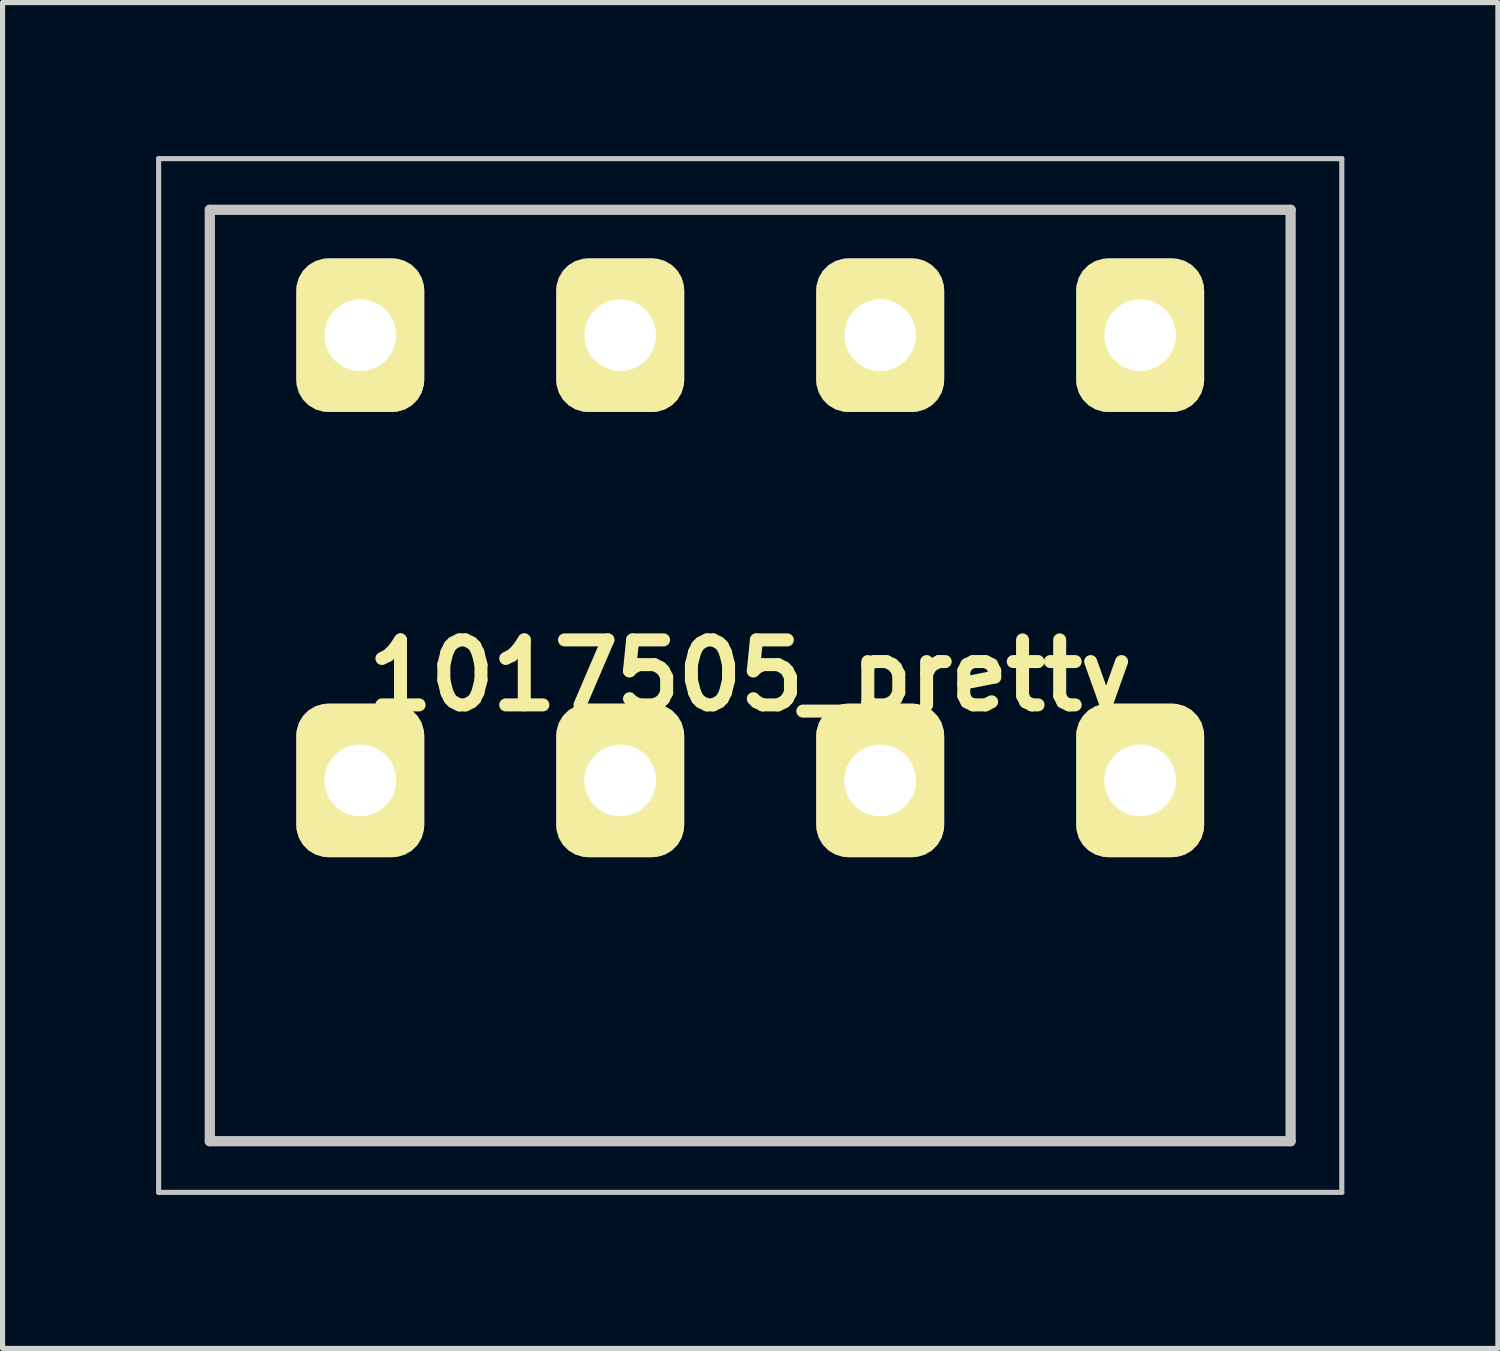
<source format=kicad_pcb>
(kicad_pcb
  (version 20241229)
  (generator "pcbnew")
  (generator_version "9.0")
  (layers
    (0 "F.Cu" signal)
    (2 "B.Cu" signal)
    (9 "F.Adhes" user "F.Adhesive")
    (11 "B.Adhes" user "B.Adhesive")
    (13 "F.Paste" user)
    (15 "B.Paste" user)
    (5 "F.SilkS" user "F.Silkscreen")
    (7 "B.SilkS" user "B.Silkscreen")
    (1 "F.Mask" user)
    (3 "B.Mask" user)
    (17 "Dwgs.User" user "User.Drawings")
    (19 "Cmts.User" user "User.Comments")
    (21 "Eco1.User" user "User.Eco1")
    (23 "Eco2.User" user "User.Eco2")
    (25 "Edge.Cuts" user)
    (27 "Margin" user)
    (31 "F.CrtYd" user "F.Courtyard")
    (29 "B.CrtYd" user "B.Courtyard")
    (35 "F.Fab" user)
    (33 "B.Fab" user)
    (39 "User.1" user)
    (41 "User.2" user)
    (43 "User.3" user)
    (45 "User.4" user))
  (footprint "1017505_pretty"
    (layer "F.Cu")
    (at 3.99 3.5)
    (property "Reference" "1017505_pretty" (at 7.62 6.65 0) (layer "F.SilkS") (effects (font (size 1.27 1.27) (thickness 0.254))))
    (attr through_hole)
    (fp_line (start -2.94 -2.45) (end 18.18 -2.45) (stroke (width 0.1) (type solid)) (layer "F.SilkS"))
    (fp_line (start -2.94 15.75) (end -2.94 -2.45) (stroke (width 0.1) (type solid)) (layer "F.SilkS"))
    (fp_line (start 18.18 -2.45) (end 18.18 15.75) (stroke (width 0.1) (type solid)) (layer "F.SilkS"))
    (fp_line (start 18.18 15.75) (end -2.94 15.75) (stroke (width 0.1) (type solid)) (layer "F.SilkS"))
    (fp_line (start -3.94 -3.45) (end 19.18 -3.45) (stroke (width 0.1) (type solid)) (layer "Dwgs.User"))
    (fp_line (start -3.94 16.75) (end -3.94 -3.45) (stroke (width 0.1) (type solid)) (layer "Dwgs.User"))
    (fp_line (start -2.94 -2.45) (end 18.18 -2.45) (stroke (width 0.2) (type solid)) (layer "Dwgs.User"))
    (fp_line (start -2.94 15.75) (end -2.94 -2.45) (stroke (width 0.2) (type solid)) (layer "Dwgs.User"))
    (fp_line (start 18.18 -2.45) (end 18.18 15.75) (stroke (width 0.2) (type solid)) (layer "Dwgs.User"))
    (fp_line (start 18.18 15.75) (end -2.94 15.75) (stroke (width 0.2) (type solid)) (layer "Dwgs.User"))
    (fp_line (start 19.18 -3.45) (end 19.18 16.75) (stroke (width 0.1) (type solid)) (layer "Dwgs.User"))
    (fp_line (start 19.18 16.75) (end -3.94 16.75) (stroke (width 0.1) (type solid)) (layer "Dwgs.User"))
    (pad "1" thru_hole roundrect (at 0 0 90) (size 3 2.5) (drill 1.4) (layers "*.Cu" "*.Mask" "F.SilkS") (roundrect_rratio 0.25))
    (pad "2" thru_hole roundrect (at 0 8.7 90) (size 3 2.5) (drill 1.4) (layers "*.Cu" "*.Mask" "F.SilkS") (roundrect_rratio 0.25))
    (pad "3" thru_hole roundrect (at 5.08 0 90) (size 3 2.5) (drill 1.4) (layers "*.Cu" "*.Mask" "F.SilkS") (roundrect_rratio 0.25))
    (pad "4" thru_hole roundrect (at 5.08 8.7 90) (size 3 2.5) (drill 1.4) (layers "*.Cu" "*.Mask" "F.SilkS") (roundrect_rratio 0.25))
    (pad "5" thru_hole roundrect (at 10.16 0 90) (size 3 2.5) (drill 1.4) (layers "*.Cu" "*.Mask" "F.SilkS") (roundrect_rratio 0.25))
    (pad "6" thru_hole roundrect (at 10.16 8.7 90) (size 3 2.5) (drill 1.4) (layers "*.Cu" "*.Mask" "F.SilkS") (roundrect_rratio 0.25))
    (pad "7" thru_hole roundrect (at 15.24 0 90) (size 3 2.5) (drill 1.4) (layers "*.Cu" "*.Mask" "F.SilkS") (roundrect_rratio 0.25))
    (pad "8" thru_hole roundrect (at 15.24 8.7 90) (size 3 2.5) (drill 1.4) (layers "*.Cu" "*.Mask" "F.SilkS") (roundrect_rratio 0.25)))
  (gr_rect
    (start -3 -3)
    (end 26.22 23.3)
    (stroke (width 0.1) (type default))
    (fill no)
    (layer "Edge.Cuts")))
</source>
